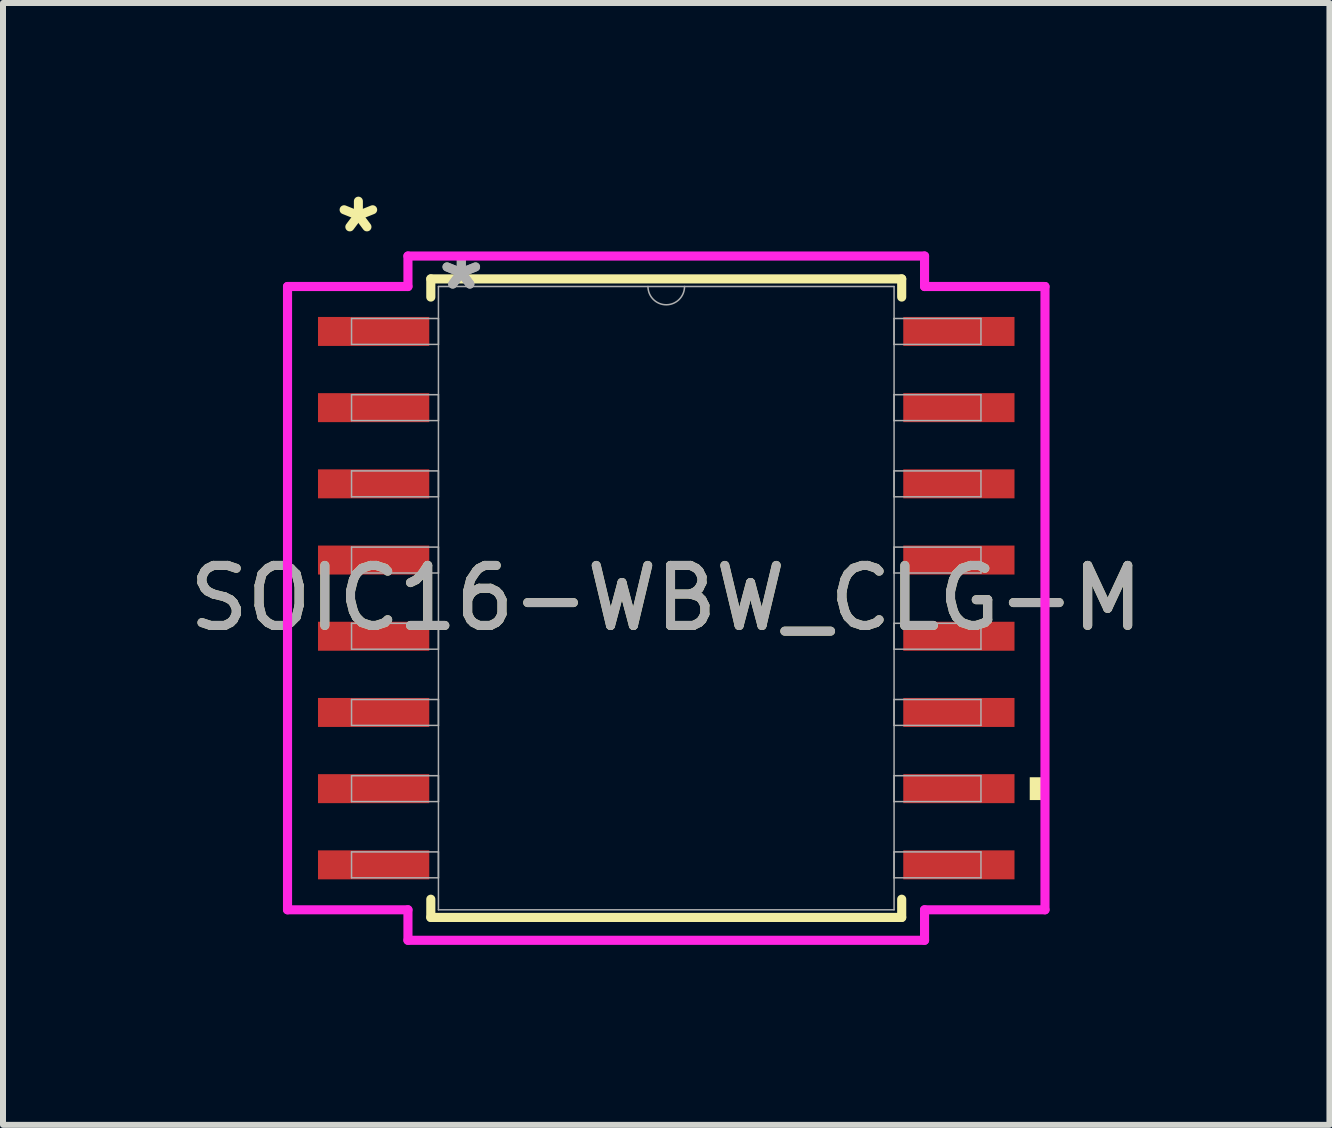
<source format=kicad_pcb>
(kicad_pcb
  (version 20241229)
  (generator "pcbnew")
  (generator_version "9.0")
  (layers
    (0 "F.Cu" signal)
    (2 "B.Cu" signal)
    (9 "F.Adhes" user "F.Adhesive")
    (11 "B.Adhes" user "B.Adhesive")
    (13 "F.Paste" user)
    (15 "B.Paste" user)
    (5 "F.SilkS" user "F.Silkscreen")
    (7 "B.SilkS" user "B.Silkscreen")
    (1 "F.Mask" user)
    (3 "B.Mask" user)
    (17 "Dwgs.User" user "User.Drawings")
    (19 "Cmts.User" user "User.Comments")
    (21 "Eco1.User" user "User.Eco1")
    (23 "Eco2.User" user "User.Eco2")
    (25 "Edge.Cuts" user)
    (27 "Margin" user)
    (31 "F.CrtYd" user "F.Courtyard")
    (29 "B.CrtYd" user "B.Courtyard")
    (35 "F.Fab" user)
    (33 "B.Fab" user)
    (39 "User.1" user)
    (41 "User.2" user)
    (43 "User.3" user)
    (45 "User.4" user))
  (footprint "SOIC16-WBW_CLG-M"
    (layer "F.Cu")
    (at 8.054 6.919)
    (property "Reference" "SOIC16-WBW_CLG-M" (at 0 0 0) (unlocked yes) (layer "F.SilkS") (effects (font (size 1 1) (thickness 0.15))))
    (attr smd)
    (fp_line (start -3.924 -5.321) (end -3.924 -5.018) (stroke (width 0.152) (type solid)) (layer "F.SilkS"))
    (fp_line (start -3.924 5.018) (end -3.924 5.321) (stroke (width 0.152) (type solid)) (layer "F.SilkS"))
    (fp_line (start -3.924 5.321) (end 3.924 5.321) (stroke (width 0.152) (type solid)) (layer "F.SilkS"))
    (fp_line (start 3.924 -5.321) (end -3.924 -5.321) (stroke (width 0.152) (type solid)) (layer "F.SilkS"))
    (fp_line (start 3.924 -5.018) (end 3.924 -5.321) (stroke (width 0.152) (type solid)) (layer "F.SilkS"))
    (fp_line (start 3.924 5.321) (end 3.924 5.018) (stroke (width 0.152) (type solid)) (layer "F.SilkS"))
    (fp_poly (pts (xy 6.312 2.985) (xy 6.312 3.365) (xy 6.058 3.365) (xy 6.058 2.985)) (stroke (width 0) (type solid)) (fill yes) (layer "F.SilkS"))
    (fp_line (start -6.312 -5.194) (end -4.305 -5.194) (stroke (width 0.152) (type solid)) (layer "F.CrtYd"))
    (fp_line (start -6.312 5.194) (end -6.312 -5.194) (stroke (width 0.152) (type solid)) (layer "F.CrtYd"))
    (fp_line (start -6.312 5.194) (end -4.305 5.194) (stroke (width 0.152) (type solid)) (layer "F.CrtYd"))
    (fp_line (start -4.305 -5.702) (end 4.305 -5.702) (stroke (width 0.152) (type solid)) (layer "F.CrtYd"))
    (fp_line (start -4.305 -5.194) (end -4.305 -5.702) (stroke (width 0.152) (type solid)) (layer "F.CrtYd"))
    (fp_line (start -4.305 5.702) (end -4.305 5.194) (stroke (width 0.152) (type solid)) (layer "F.CrtYd"))
    (fp_line (start 4.305 -5.702) (end 4.305 -5.194) (stroke (width 0.152) (type solid)) (layer "F.CrtYd"))
    (fp_line (start 4.305 5.194) (end 4.305 5.702) (stroke (width 0.152) (type solid)) (layer "F.CrtYd"))
    (fp_line (start 4.305 5.702) (end -4.305 5.702) (stroke (width 0.152) (type solid)) (layer "F.CrtYd"))
    (fp_line (start 6.312 -5.194) (end 4.305 -5.194) (stroke (width 0.152) (type solid)) (layer "F.CrtYd"))
    (fp_line (start 6.312 -5.194) (end 6.312 5.194) (stroke (width 0.152) (type solid)) (layer "F.CrtYd"))
    (fp_line (start 6.312 5.194) (end 4.305 5.194) (stroke (width 0.152) (type solid)) (layer "F.CrtYd"))
    (fp_line (start -5.245 -4.661) (end -5.245 -4.229) (stroke (width 0.025) (type solid)) (layer "F.Fab"))
    (fp_line (start -5.245 -4.229) (end -3.797 -4.229) (stroke (width 0.025) (type solid)) (layer "F.Fab"))
    (fp_line (start -5.245 -3.391) (end -5.245 -2.959) (stroke (width 0.025) (type solid)) (layer "F.Fab"))
    (fp_line (start -5.245 -2.959) (end -3.797 -2.959) (stroke (width 0.025) (type solid)) (layer "F.Fab"))
    (fp_line (start -5.245 -2.121) (end -5.245 -1.689) (stroke (width 0.025) (type solid)) (layer "F.Fab"))
    (fp_line (start -5.245 -1.689) (end -3.797 -1.689) (stroke (width 0.025) (type solid)) (layer "F.Fab"))
    (fp_line (start -5.245 -0.851) (end -5.245 -0.419) (stroke (width 0.025) (type solid)) (layer "F.Fab"))
    (fp_line (start -5.245 -0.419) (end -3.797 -0.419) (stroke (width 0.025) (type solid)) (layer "F.Fab"))
    (fp_line (start -5.245 0.419) (end -5.245 0.851) (stroke (width 0.025) (type solid)) (layer "F.Fab"))
    (fp_line (start -5.245 0.851) (end -3.797 0.851) (stroke (width 0.025) (type solid)) (layer "F.Fab"))
    (fp_line (start -5.245 1.689) (end -5.245 2.121) (stroke (width 0.025) (type solid)) (layer "F.Fab"))
    (fp_line (start -5.245 2.121) (end -3.797 2.121) (stroke (width 0.025) (type solid)) (layer "F.Fab"))
    (fp_line (start -5.245 2.959) (end -5.245 3.391) (stroke (width 0.025) (type solid)) (layer "F.Fab"))
    (fp_line (start -5.245 3.391) (end -3.797 3.391) (stroke (width 0.025) (type solid)) (layer "F.Fab"))
    (fp_line (start -5.245 4.229) (end -5.245 4.661) (stroke (width 0.025) (type solid)) (layer "F.Fab"))
    (fp_line (start -5.245 4.661) (end -3.797 4.661) (stroke (width 0.025) (type solid)) (layer "F.Fab"))
    (fp_line (start -3.797 -5.194) (end -3.797 5.194) (stroke (width 0.025) (type solid)) (layer "F.Fab"))
    (fp_line (start -3.797 -4.661) (end -5.245 -4.661) (stroke (width 0.025) (type solid)) (layer "F.Fab"))
    (fp_line (start -3.797 -4.229) (end -3.797 -4.661) (stroke (width 0.025) (type solid)) (layer "F.Fab"))
    (fp_line (start -3.797 -3.391) (end -5.245 -3.391) (stroke (width 0.025) (type solid)) (layer "F.Fab"))
    (fp_line (start -3.797 -2.959) (end -3.797 -3.391) (stroke (width 0.025) (type solid)) (layer "F.Fab"))
    (fp_line (start -3.797 -2.121) (end -5.245 -2.121) (stroke (width 0.025) (type solid)) (layer "F.Fab"))
    (fp_line (start -3.797 -1.689) (end -3.797 -2.121) (stroke (width 0.025) (type solid)) (layer "F.Fab"))
    (fp_line (start -3.797 -0.851) (end -5.245 -0.851) (stroke (width 0.025) (type solid)) (layer "F.Fab"))
    (fp_line (start -3.797 -0.419) (end -3.797 -0.851) (stroke (width 0.025) (type solid)) (layer "F.Fab"))
    (fp_line (start -3.797 0.419) (end -5.245 0.419) (stroke (width 0.025) (type solid)) (layer "F.Fab"))
    (fp_line (start -3.797 0.851) (end -3.797 0.419) (stroke (width 0.025) (type solid)) (layer "F.Fab"))
    (fp_line (start -3.797 1.689) (end -5.245 1.689) (stroke (width 0.025) (type solid)) (layer "F.Fab"))
    (fp_line (start -3.797 2.121) (end -3.797 1.689) (stroke (width 0.025) (type solid)) (layer "F.Fab"))
    (fp_line (start -3.797 2.959) (end -5.245 2.959) (stroke (width 0.025) (type solid)) (layer "F.Fab"))
    (fp_line (start -3.797 3.391) (end -3.797 2.959) (stroke (width 0.025) (type solid)) (layer "F.Fab"))
    (fp_line (start -3.797 4.229) (end -5.245 4.229) (stroke (width 0.025) (type solid)) (layer "F.Fab"))
    (fp_line (start -3.797 4.661) (end -3.797 4.229) (stroke (width 0.025) (type solid)) (layer "F.Fab"))
    (fp_line (start -3.797 5.194) (end 3.797 5.194) (stroke (width 0.025) (type solid)) (layer "F.Fab"))
    (fp_line (start 3.797 -5.194) (end -3.797 -5.194) (stroke (width 0.025) (type solid)) (layer "F.Fab"))
    (fp_line (start 3.797 -4.661) (end 3.797 -4.229) (stroke (width 0.025) (type solid)) (layer "F.Fab"))
    (fp_line (start 3.797 -4.229) (end 5.245 -4.229) (stroke (width 0.025) (type solid)) (layer "F.Fab"))
    (fp_line (start 3.797 -3.391) (end 3.797 -2.959) (stroke (width 0.025) (type solid)) (layer "F.Fab"))
    (fp_line (start 3.797 -2.959) (end 5.245 -2.959) (stroke (width 0.025) (type solid)) (layer "F.Fab"))
    (fp_line (start 3.797 -2.121) (end 3.797 -1.689) (stroke (width 0.025) (type solid)) (layer "F.Fab"))
    (fp_line (start 3.797 -1.689) (end 5.245 -1.689) (stroke (width 0.025) (type solid)) (layer "F.Fab"))
    (fp_line (start 3.797 -0.851) (end 3.797 -0.419) (stroke (width 0.025) (type solid)) (layer "F.Fab"))
    (fp_line (start 3.797 -0.419) (end 5.245 -0.419) (stroke (width 0.025) (type solid)) (layer "F.Fab"))
    (fp_line (start 3.797 0.419) (end 3.797 0.851) (stroke (width 0.025) (type solid)) (layer "F.Fab"))
    (fp_line (start 3.797 0.851) (end 5.245 0.851) (stroke (width 0.025) (type solid)) (layer "F.Fab"))
    (fp_line (start 3.797 1.689) (end 3.797 2.121) (stroke (width 0.025) (type solid)) (layer "F.Fab"))
    (fp_line (start 3.797 2.121) (end 5.245 2.121) (stroke (width 0.025) (type solid)) (layer "F.Fab"))
    (fp_line (start 3.797 2.959) (end 3.797 3.391) (stroke (width 0.025) (type solid)) (layer "F.Fab"))
    (fp_line (start 3.797 3.391) (end 5.245 3.391) (stroke (width 0.025) (type solid)) (layer "F.Fab"))
    (fp_line (start 3.797 4.229) (end 3.797 4.661) (stroke (width 0.025) (type solid)) (layer "F.Fab"))
    (fp_line (start 3.797 4.661) (end 5.245 4.661) (stroke (width 0.025) (type solid)) (layer "F.Fab"))
    (fp_line (start 3.797 5.194) (end 3.797 -5.194) (stroke (width 0.025) (type solid)) (layer "F.Fab"))
    (fp_line (start 5.245 -4.661) (end 3.797 -4.661) (stroke (width 0.025) (type solid)) (layer "F.Fab"))
    (fp_line (start 5.245 -4.229) (end 5.245 -4.661) (stroke (width 0.025) (type solid)) (layer "F.Fab"))
    (fp_line (start 5.245 -3.391) (end 3.797 -3.391) (stroke (width 0.025) (type solid)) (layer "F.Fab"))
    (fp_line (start 5.245 -2.959) (end 5.245 -3.391) (stroke (width 0.025) (type solid)) (layer "F.Fab"))
    (fp_line (start 5.245 -2.121) (end 3.797 -2.121) (stroke (width 0.025) (type solid)) (layer "F.Fab"))
    (fp_line (start 5.245 -1.689) (end 5.245 -2.121) (stroke (width 0.025) (type solid)) (layer "F.Fab"))
    (fp_line (start 5.245 -0.851) (end 3.797 -0.851) (stroke (width 0.025) (type solid)) (layer "F.Fab"))
    (fp_line (start 5.245 -0.419) (end 5.245 -0.851) (stroke (width 0.025) (type solid)) (layer "F.Fab"))
    (fp_line (start 5.245 0.419) (end 3.797 0.419) (stroke (width 0.025) (type solid)) (layer "F.Fab"))
    (fp_line (start 5.245 0.851) (end 5.245 0.419) (stroke (width 0.025) (type solid)) (layer "F.Fab"))
    (fp_line (start 5.245 1.689) (end 3.797 1.689) (stroke (width 0.025) (type solid)) (layer "F.Fab"))
    (fp_line (start 5.245 2.121) (end 5.245 1.689) (stroke (width 0.025) (type solid)) (layer "F.Fab"))
    (fp_line (start 5.245 2.959) (end 3.797 2.959) (stroke (width 0.025) (type solid)) (layer "F.Fab"))
    (fp_line (start 5.245 3.391) (end 5.245 2.959) (stroke (width 0.025) (type solid)) (layer "F.Fab"))
    (fp_line (start 5.245 4.229) (end 3.797 4.229) (stroke (width 0.025) (type solid)) (layer "F.Fab"))
    (fp_line (start 5.245 4.661) (end 5.245 4.229) (stroke (width 0.025) (type solid)) (layer "F.Fab"))
    (fp_arc (start 0.3048 -5.1943) (mid 0 -4.8895) (end -0.3048 -5.1943) (stroke (width 0.0254) (type solid)) (layer "F.Fab"))
    (fp_text user "*" (at -5.131 -6.071 0) (unlocked yes) (layer "F.SilkS") (effects (font (size 1 1) (thickness 0.15))))
    (fp_text user "*" (at -3.416 -5.118 0) (unlocked yes) (layer "F.Fab") (effects (font (size 1 1) (thickness 0.15))))
    (fp_text user "${REFERENCE}" (at 0 0 0) (unlocked yes) (layer "F.Fab") (effects (font (size 1 1) (thickness 0.15))))
    (fp_text user "*" (at -3.416 -5.118 0) (layer "F.Fab") (effects (font (size 1 1) (thickness 0.15))))
    (pad "1" smd rect (at -4.877 -4.445) (size 1.854 0.483) (layers "F.Cu" "F.Mask" "F.Paste"))
    (pad "2" smd rect (at -4.877 -3.175) (size 1.854 0.483) (layers "F.Cu" "F.Mask" "F.Paste"))
    (pad "3" smd rect (at -4.877 -1.905) (size 1.854 0.483) (layers "F.Cu" "F.Mask" "F.Paste"))
    (pad "4" smd rect (at -4.877 -0.635) (size 1.854 0.483) (layers "F.Cu" "F.Mask" "F.Paste"))
    (pad "5" smd rect (at -4.877 0.635) (size 1.854 0.483) (layers "F.Cu" "F.Mask" "F.Paste"))
    (pad "6" smd rect (at -4.877 1.905) (size 1.854 0.483) (layers "F.Cu" "F.Mask" "F.Paste"))
    (pad "7" smd rect (at -4.877 3.175) (size 1.854 0.483) (layers "F.Cu" "F.Mask" "F.Paste"))
    (pad "8" smd rect (at -4.877 4.445) (size 1.854 0.483) (layers "F.Cu" "F.Mask" "F.Paste"))
    (pad "9" smd rect (at 4.877 4.445) (size 1.854 0.483) (layers "F.Cu" "F.Mask" "F.Paste"))
    (pad "10" smd rect (at 4.877 3.175) (size 1.854 0.483) (layers "F.Cu" "F.Mask" "F.Paste"))
    (pad "11" smd rect (at 4.877 1.905) (size 1.854 0.483) (layers "F.Cu" "F.Mask" "F.Paste"))
    (pad "12" smd rect (at 4.877 0.635) (size 1.854 0.483) (layers "F.Cu" "F.Mask" "F.Paste"))
    (pad "13" smd rect (at 4.877 -0.635) (size 1.854 0.483) (layers "F.Cu" "F.Mask" "F.Paste"))
    (pad "14" smd rect (at 4.877 -1.905) (size 1.854 0.483) (layers "F.Cu" "F.Mask" "F.Paste"))
    (pad "15" smd rect (at 4.877 -3.175) (size 1.854 0.483) (layers "F.Cu" "F.Mask" "F.Paste"))
    (pad "16" smd rect (at 4.877 -4.445) (size 1.854 0.483) (layers "F.Cu" "F.Mask" "F.Paste")))
  (gr_rect
    (start -3 -3)
    (end 19.107 15.697)
    (stroke (width 0.1) (type default))
    (fill no)
    (layer "Edge.Cuts")))
</source>
